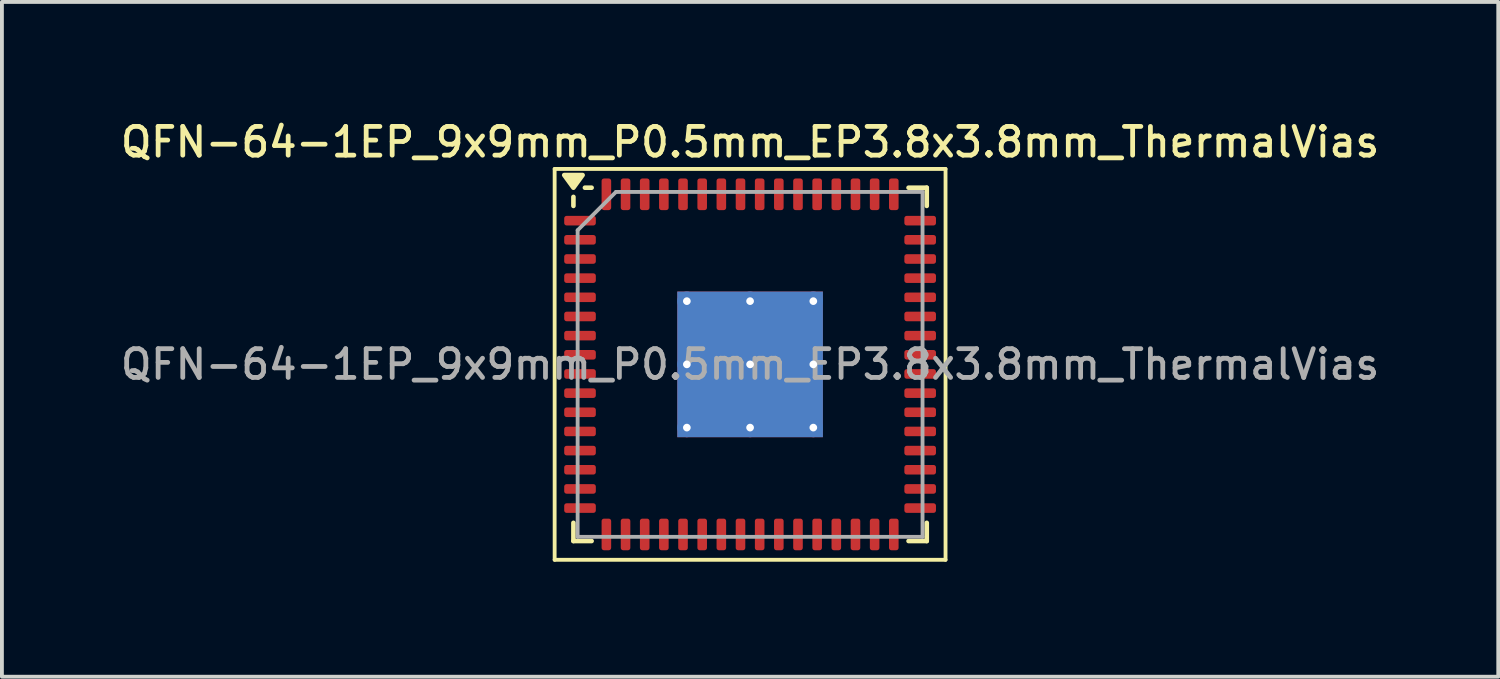
<source format=kicad_pcb>
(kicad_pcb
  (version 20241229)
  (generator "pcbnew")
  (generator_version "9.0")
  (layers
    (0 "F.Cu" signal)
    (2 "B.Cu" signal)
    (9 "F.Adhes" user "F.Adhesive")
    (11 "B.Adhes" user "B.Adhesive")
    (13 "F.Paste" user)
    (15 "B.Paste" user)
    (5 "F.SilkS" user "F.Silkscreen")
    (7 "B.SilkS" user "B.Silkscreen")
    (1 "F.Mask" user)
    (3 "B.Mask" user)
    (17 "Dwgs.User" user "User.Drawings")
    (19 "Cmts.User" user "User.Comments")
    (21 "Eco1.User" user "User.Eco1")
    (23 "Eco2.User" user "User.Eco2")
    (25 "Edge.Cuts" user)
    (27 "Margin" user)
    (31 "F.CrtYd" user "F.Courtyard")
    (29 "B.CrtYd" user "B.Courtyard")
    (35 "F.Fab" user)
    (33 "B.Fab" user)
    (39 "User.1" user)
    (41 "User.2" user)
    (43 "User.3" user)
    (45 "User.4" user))
  (footprint "QFN-64-1EP_9x9mm_P0.5mm_EP3.8x3.8mm_ThermalVias"
    (layer "F.Cu")
    (at 16.523 6.458)
    (property "Reference" "QFN-64-1EP_9x9mm_P0.5mm_EP3.8x3.8mm_ThermalVias" (at 0 -5.8 0) (layer "F.SilkS") (effects (font (size 0.75 0.75) (thickness 0.125))))
    (attr smd)
    (fp_line (start -5.1 -5.1) (end -5.1 5.1) (stroke (width 0.1) (type solid)) (layer "F.SilkS"))
    (fp_line (start -5.1 5.1) (end 5.1 5.1) (stroke (width 0.1) (type solid)) (layer "F.SilkS"))
    (fp_line (start -4.61 -4.135) (end -4.61 -4.37) (stroke (width 0.12) (type solid)) (layer "F.SilkS"))
    (fp_line (start -4.61 4.61) (end -4.61 4.135) (stroke (width 0.12) (type solid)) (layer "F.SilkS"))
    (fp_line (start -4.135 -4.61) (end -4.31 -4.61) (stroke (width 0.12) (type solid)) (layer "F.SilkS"))
    (fp_line (start -4.135 4.61) (end -4.61 4.61) (stroke (width 0.12) (type solid)) (layer "F.SilkS"))
    (fp_line (start 4.135 -4.61) (end 4.61 -4.61) (stroke (width 0.12) (type solid)) (layer "F.SilkS"))
    (fp_line (start 4.135 4.61) (end 4.61 4.61) (stroke (width 0.12) (type solid)) (layer "F.SilkS"))
    (fp_line (start 4.61 -4.61) (end 4.61 -4.135) (stroke (width 0.12) (type solid)) (layer "F.SilkS"))
    (fp_line (start 4.61 4.61) (end 4.61 4.135) (stroke (width 0.12) (type solid)) (layer "F.SilkS"))
    (fp_line (start 5.1 -5.1) (end -5.1 -5.1) (stroke (width 0.1) (type solid)) (layer "F.SilkS"))
    (fp_line (start 5.1 5.1) (end 5.1 -5.1) (stroke (width 0.1) (type solid)) (layer "F.SilkS"))
    (fp_poly (pts (xy -4.61 -4.61) (xy -4.85 -4.94) (xy -4.37 -4.94) (xy -4.61 -4.61)) (stroke (width 0.12) (type solid)) (fill yes) (layer "F.SilkS"))
    (fp_line (start -4.5 -3.5) (end -3.5 -4.5) (stroke (width 0.1) (type solid)) (layer "F.Fab"))
    (fp_line (start -4.5 4.5) (end -4.5 -3.5) (stroke (width 0.1) (type solid)) (layer "F.Fab"))
    (fp_line (start -3.5 -4.5) (end 4.5 -4.5) (stroke (width 0.1) (type solid)) (layer "F.Fab"))
    (fp_line (start 4.5 -4.5) (end 4.5 4.5) (stroke (width 0.1) (type solid)) (layer "F.Fab"))
    (fp_line (start 4.5 4.5) (end -4.5 4.5) (stroke (width 0.1) (type solid)) (layer "F.Fab"))
    (fp_text user "${REFERENCE}" (at 0 0 0) (layer "F.Fab") (effects (font (size 0.75 0.75) (thickness 0.125))))
    (pad "" smd custom (at -0.825 -0.825) (size 1.415 1.415) (layers "F.Paste") (options (anchor circle)) (primitives (gr_poly (pts (xy -0.649 -0.553) (xy -0.553 -0.649) (xy 0.553 -0.649) (xy 0.649 -0.553) (xy 0.649 0.553) (xy 0.553 0.649) (xy -0.553 0.649) (xy -0.649 0.553)) (width 0.233) (fill yes))))
    (pad "" smd custom (at -0.825 0.825) (size 1.415 1.415) (layers "F.Paste") (options (anchor circle)) (primitives (gr_poly (pts (xy -0.649 -0.553) (xy -0.553 -0.649) (xy 0.553 -0.649) (xy 0.649 -0.553) (xy 0.649 0.553) (xy 0.553 0.649) (xy -0.553 0.649) (xy -0.649 0.553)) (width 0.233) (fill yes))))
    (pad "" smd custom (at 0.825 -0.825) (size 1.415 1.415) (layers "F.Paste") (options (anchor circle)) (primitives (gr_poly (pts (xy -0.649 -0.553) (xy -0.553 -0.649) (xy 0.553 -0.649) (xy 0.649 -0.553) (xy 0.649 0.553) (xy 0.553 0.649) (xy -0.553 0.649) (xy -0.649 0.553)) (width 0.233) (fill yes))))
    (pad "" smd custom (at 0.825 0.825) (size 1.415 1.415) (layers "F.Paste") (options (anchor circle)) (primitives (gr_poly (pts (xy -0.649 -0.553) (xy -0.553 -0.649) (xy 0.553 -0.649) (xy 0.649 -0.553) (xy 0.649 0.553) (xy 0.553 0.649) (xy -0.553 0.649) (xy -0.649 0.553)) (width 0.233) (fill yes))))
    (pad "1" smd roundrect (at -4.438 -3.75) (size 0.825 0.25) (layers "F.Cu" "F.Mask" "F.Paste") (roundrect_rratio 0.25))
    (pad "2" smd roundrect (at -4.438 -3.25) (size 0.825 0.25) (layers "F.Cu" "F.Mask" "F.Paste") (roundrect_rratio 0.25))
    (pad "3" smd roundrect (at -4.438 -2.75) (size 0.825 0.25) (layers "F.Cu" "F.Mask" "F.Paste") (roundrect_rratio 0.25))
    (pad "4" smd roundrect (at -4.438 -2.25) (size 0.825 0.25) (layers "F.Cu" "F.Mask" "F.Paste") (roundrect_rratio 0.25))
    (pad "5" smd roundrect (at -4.438 -1.75) (size 0.825 0.25) (layers "F.Cu" "F.Mask" "F.Paste") (roundrect_rratio 0.25))
    (pad "6" smd roundrect (at -4.438 -1.25) (size 0.825 0.25) (layers "F.Cu" "F.Mask" "F.Paste") (roundrect_rratio 0.25))
    (pad "7" smd roundrect (at -4.438 -0.75) (size 0.825 0.25) (layers "F.Cu" "F.Mask" "F.Paste") (roundrect_rratio 0.25))
    (pad "8" smd roundrect (at -4.438 -0.25) (size 0.825 0.25) (layers "F.Cu" "F.Mask" "F.Paste") (roundrect_rratio 0.25))
    (pad "9" smd roundrect (at -4.438 0.25) (size 0.825 0.25) (layers "F.Cu" "F.Mask" "F.Paste") (roundrect_rratio 0.25))
    (pad "10" smd roundrect (at -4.438 0.75) (size 0.825 0.25) (layers "F.Cu" "F.Mask" "F.Paste") (roundrect_rratio 0.25))
    (pad "11" smd roundrect (at -4.438 1.25) (size 0.825 0.25) (layers "F.Cu" "F.Mask" "F.Paste") (roundrect_rratio 0.25))
    (pad "12" smd roundrect (at -4.438 1.75) (size 0.825 0.25) (layers "F.Cu" "F.Mask" "F.Paste") (roundrect_rratio 0.25))
    (pad "13" smd roundrect (at -4.438 2.25) (size 0.825 0.25) (layers "F.Cu" "F.Mask" "F.Paste") (roundrect_rratio 0.25))
    (pad "14" smd roundrect (at -4.438 2.75) (size 0.825 0.25) (layers "F.Cu" "F.Mask" "F.Paste") (roundrect_rratio 0.25))
    (pad "15" smd roundrect (at -4.438 3.25) (size 0.825 0.25) (layers "F.Cu" "F.Mask" "F.Paste") (roundrect_rratio 0.25))
    (pad "16" smd roundrect (at -4.438 3.75) (size 0.825 0.25) (layers "F.Cu" "F.Mask" "F.Paste") (roundrect_rratio 0.25))
    (pad "17" smd roundrect (at -3.75 4.438) (size 0.25 0.825) (layers "F.Cu" "F.Mask" "F.Paste") (roundrect_rratio 0.25))
    (pad "18" smd roundrect (at -3.25 4.438) (size 0.25 0.825) (layers "F.Cu" "F.Mask" "F.Paste") (roundrect_rratio 0.25))
    (pad "19" smd roundrect (at -2.75 4.438) (size 0.25 0.825) (layers "F.Cu" "F.Mask" "F.Paste") (roundrect_rratio 0.25))
    (pad "20" smd roundrect (at -2.25 4.438) (size 0.25 0.825) (layers "F.Cu" "F.Mask" "F.Paste") (roundrect_rratio 0.25))
    (pad "21" smd roundrect (at -1.75 4.438) (size 0.25 0.825) (layers "F.Cu" "F.Mask" "F.Paste") (roundrect_rratio 0.25))
    (pad "22" smd roundrect (at -1.25 4.438) (size 0.25 0.825) (layers "F.Cu" "F.Mask" "F.Paste") (roundrect_rratio 0.25))
    (pad "23" smd roundrect (at -0.75 4.438) (size 0.25 0.825) (layers "F.Cu" "F.Mask" "F.Paste") (roundrect_rratio 0.25))
    (pad "24" smd roundrect (at -0.25 4.438) (size 0.25 0.825) (layers "F.Cu" "F.Mask" "F.Paste") (roundrect_rratio 0.25))
    (pad "25" smd roundrect (at 0.25 4.438) (size 0.25 0.825) (layers "F.Cu" "F.Mask" "F.Paste") (roundrect_rratio 0.25))
    (pad "26" smd roundrect (at 0.75 4.438) (size 0.25 0.825) (layers "F.Cu" "F.Mask" "F.Paste") (roundrect_rratio 0.25))
    (pad "27" smd roundrect (at 1.25 4.438) (size 0.25 0.825) (layers "F.Cu" "F.Mask" "F.Paste") (roundrect_rratio 0.25))
    (pad "28" smd roundrect (at 1.75 4.438) (size 0.25 0.825) (layers "F.Cu" "F.Mask" "F.Paste") (roundrect_rratio 0.25))
    (pad "29" smd roundrect (at 2.25 4.438) (size 0.25 0.825) (layers "F.Cu" "F.Mask" "F.Paste") (roundrect_rratio 0.25))
    (pad "30" smd roundrect (at 2.75 4.438) (size 0.25 0.825) (layers "F.Cu" "F.Mask" "F.Paste") (roundrect_rratio 0.25))
    (pad "31" smd roundrect (at 3.25 4.438) (size 0.25 0.825) (layers "F.Cu" "F.Mask" "F.Paste") (roundrect_rratio 0.25))
    (pad "32" smd roundrect (at 3.75 4.438) (size 0.25 0.825) (layers "F.Cu" "F.Mask" "F.Paste") (roundrect_rratio 0.25))
    (pad "33" smd roundrect (at 4.438 3.75) (size 0.825 0.25) (layers "F.Cu" "F.Mask" "F.Paste") (roundrect_rratio 0.25))
    (pad "34" smd roundrect (at 4.438 3.25) (size 0.825 0.25) (layers "F.Cu" "F.Mask" "F.Paste") (roundrect_rratio 0.25))
    (pad "35" smd roundrect (at 4.438 2.75) (size 0.825 0.25) (layers "F.Cu" "F.Mask" "F.Paste") (roundrect_rratio 0.25))
    (pad "36" smd roundrect (at 4.438 2.25) (size 0.825 0.25) (layers "F.Cu" "F.Mask" "F.Paste") (roundrect_rratio 0.25))
    (pad "37" smd roundrect (at 4.438 1.75) (size 0.825 0.25) (layers "F.Cu" "F.Mask" "F.Paste") (roundrect_rratio 0.25))
    (pad "38" smd roundrect (at 4.438 1.25) (size 0.825 0.25) (layers "F.Cu" "F.Mask" "F.Paste") (roundrect_rratio 0.25))
    (pad "39" smd roundrect (at 4.438 0.75) (size 0.825 0.25) (layers "F.Cu" "F.Mask" "F.Paste") (roundrect_rratio 0.25))
    (pad "40" smd roundrect (at 4.438 0.25) (size 0.825 0.25) (layers "F.Cu" "F.Mask" "F.Paste") (roundrect_rratio 0.25))
    (pad "41" smd roundrect (at 4.438 -0.25) (size 0.825 0.25) (layers "F.Cu" "F.Mask" "F.Paste") (roundrect_rratio 0.25))
    (pad "42" smd roundrect (at 4.438 -0.75) (size 0.825 0.25) (layers "F.Cu" "F.Mask" "F.Paste") (roundrect_rratio 0.25))
    (pad "43" smd roundrect (at 4.438 -1.25) (size 0.825 0.25) (layers "F.Cu" "F.Mask" "F.Paste") (roundrect_rratio 0.25))
    (pad "44" smd roundrect (at 4.438 -1.75) (size 0.825 0.25) (layers "F.Cu" "F.Mask" "F.Paste") (roundrect_rratio 0.25))
    (pad "45" smd roundrect (at 4.438 -2.25) (size 0.825 0.25) (layers "F.Cu" "F.Mask" "F.Paste") (roundrect_rratio 0.25))
    (pad "46" smd roundrect (at 4.438 -2.75) (size 0.825 0.25) (layers "F.Cu" "F.Mask" "F.Paste") (roundrect_rratio 0.25))
    (pad "47" smd roundrect (at 4.438 -3.25) (size 0.825 0.25) (layers "F.Cu" "F.Mask" "F.Paste") (roundrect_rratio 0.25))
    (pad "48" smd roundrect (at 4.438 -3.75) (size 0.825 0.25) (layers "F.Cu" "F.Mask" "F.Paste") (roundrect_rratio 0.25))
    (pad "49" smd roundrect (at 3.75 -4.438) (size 0.25 0.825) (layers "F.Cu" "F.Mask" "F.Paste") (roundrect_rratio 0.25))
    (pad "50" smd roundrect (at 3.25 -4.438) (size 0.25 0.825) (layers "F.Cu" "F.Mask" "F.Paste") (roundrect_rratio 0.25))
    (pad "51" smd roundrect (at 2.75 -4.438) (size 0.25 0.825) (layers "F.Cu" "F.Mask" "F.Paste") (roundrect_rratio 0.25))
    (pad "52" smd roundrect (at 2.25 -4.438) (size 0.25 0.825) (layers "F.Cu" "F.Mask" "F.Paste") (roundrect_rratio 0.25))
    (pad "53" smd roundrect (at 1.75 -4.438) (size 0.25 0.825) (layers "F.Cu" "F.Mask" "F.Paste") (roundrect_rratio 0.25))
    (pad "54" smd roundrect (at 1.25 -4.438) (size 0.25 0.825) (layers "F.Cu" "F.Mask" "F.Paste") (roundrect_rratio 0.25))
    (pad "55" smd roundrect (at 0.75 -4.438) (size 0.25 0.825) (layers "F.Cu" "F.Mask" "F.Paste") (roundrect_rratio 0.25))
    (pad "56" smd roundrect (at 0.25 -4.438) (size 0.25 0.825) (layers "F.Cu" "F.Mask" "F.Paste") (roundrect_rratio 0.25))
    (pad "57" smd roundrect (at -0.25 -4.438) (size 0.25 0.825) (layers "F.Cu" "F.Mask" "F.Paste") (roundrect_rratio 0.25))
    (pad "58" smd roundrect (at -0.75 -4.438) (size 0.25 0.825) (layers "F.Cu" "F.Mask" "F.Paste") (roundrect_rratio 0.25))
    (pad "59" smd roundrect (at -1.25 -4.438) (size 0.25 0.825) (layers "F.Cu" "F.Mask" "F.Paste") (roundrect_rratio 0.25))
    (pad "60" smd roundrect (at -1.75 -4.438) (size 0.25 0.825) (layers "F.Cu" "F.Mask" "F.Paste") (roundrect_rratio 0.25))
    (pad "61" smd roundrect (at -2.25 -4.438) (size 0.25 0.825) (layers "F.Cu" "F.Mask" "F.Paste") (roundrect_rratio 0.25))
    (pad "62" smd roundrect (at -2.75 -4.438) (size 0.25 0.825) (layers "F.Cu" "F.Mask" "F.Paste") (roundrect_rratio 0.25))
    (pad "63" smd roundrect (at -3.25 -4.438) (size 0.25 0.825) (layers "F.Cu" "F.Mask" "F.Paste") (roundrect_rratio 0.25))
    (pad "64" smd roundrect (at -3.75 -4.438) (size 0.25 0.825) (layers "F.Cu" "F.Mask" "F.Paste") (roundrect_rratio 0.25))
    (pad "65" thru_hole circle (at -1.65 -1.65) (size 0.5 0.5) (drill 0.2) (property pad_prop_heatsink) (layers "*.Cu"))
    (pad "65" thru_hole circle (at -1.65 0) (size 0.5 0.5) (drill 0.2) (property pad_prop_heatsink) (layers "*.Cu"))
    (pad "65" thru_hole circle (at -1.65 1.65) (size 0.5 0.5) (drill 0.2) (property pad_prop_heatsink) (layers "*.Cu"))
    (pad "65" thru_hole circle (at 0 -1.65) (size 0.5 0.5) (drill 0.2) (property pad_prop_heatsink) (layers "*.Cu"))
    (pad "65" thru_hole circle (at 0 0) (size 0.5 0.5) (drill 0.2) (property pad_prop_heatsink) (layers "*.Cu"))
    (pad "65" smd rect (at 0 0) (size 3.8 3.8) (property pad_prop_heatsink) (layers "F.Cu" "F.Mask"))
    (pad "65" smd rect (at 0 0) (size 3.8 3.8) (property pad_prop_heatsink) (layers "B.Cu"))
    (pad "65" thru_hole circle (at 0 1.65) (size 0.5 0.5) (drill 0.2) (property pad_prop_heatsink) (layers "*.Cu"))
    (pad "65" thru_hole circle (at 1.65 -1.65) (size 0.5 0.5) (drill 0.2) (property pad_prop_heatsink) (layers "*.Cu"))
    (pad "65" thru_hole circle (at 1.65 0) (size 0.5 0.5) (drill 0.2) (property pad_prop_heatsink) (layers "*.Cu"))
    (pad "65" thru_hole circle (at 1.65 1.65) (size 0.5 0.5) (drill 0.2) (property pad_prop_heatsink) (layers "*.Cu")))
  (gr_rect
    (start -3 -3)
    (end 36.046 14.608)
    (stroke (width 0.1) (type default))
    (fill no)
    (layer "Edge.Cuts")))
</source>
